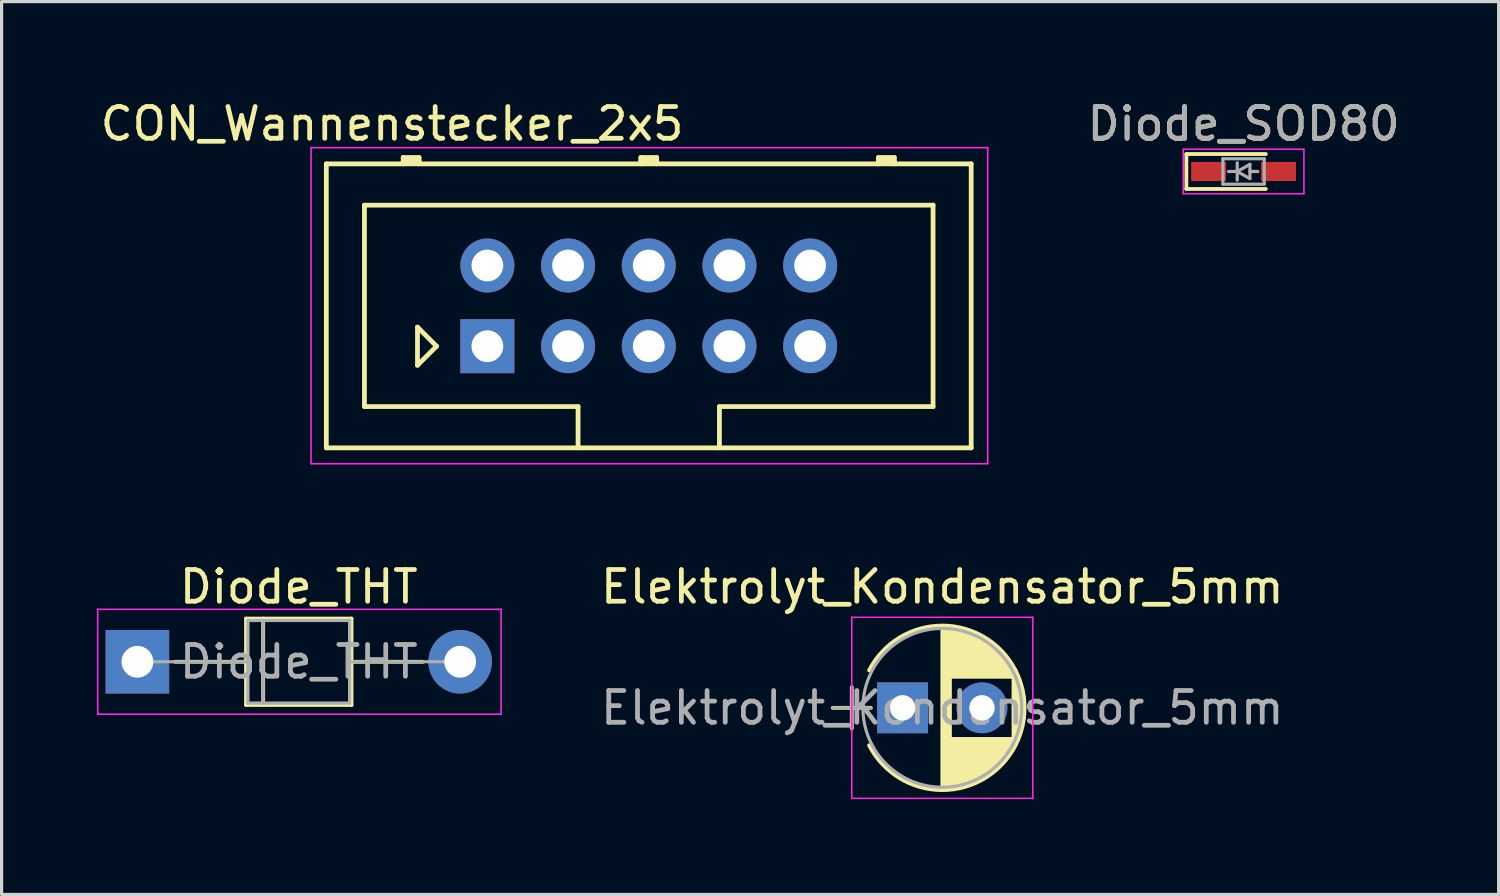
<source format=kicad_pcb>
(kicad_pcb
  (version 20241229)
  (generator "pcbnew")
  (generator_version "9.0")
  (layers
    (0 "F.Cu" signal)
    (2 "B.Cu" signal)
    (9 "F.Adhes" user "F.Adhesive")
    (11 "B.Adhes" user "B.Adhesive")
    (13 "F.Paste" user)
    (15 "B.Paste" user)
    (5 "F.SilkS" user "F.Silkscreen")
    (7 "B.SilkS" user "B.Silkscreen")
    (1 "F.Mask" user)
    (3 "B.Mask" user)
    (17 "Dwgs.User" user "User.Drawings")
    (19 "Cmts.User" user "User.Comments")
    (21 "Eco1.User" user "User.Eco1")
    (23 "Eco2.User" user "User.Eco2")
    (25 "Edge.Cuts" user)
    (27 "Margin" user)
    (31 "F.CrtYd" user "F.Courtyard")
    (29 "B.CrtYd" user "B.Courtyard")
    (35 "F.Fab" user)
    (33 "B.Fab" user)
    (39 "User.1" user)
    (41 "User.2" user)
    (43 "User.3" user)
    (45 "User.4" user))
  (footprint "Diode_SOD80"
    (layer "F.Cu")
    (at 36.096 2.348)
    (property "Reference" "Diode_SOD80" (at 0 -1.5 0) (layer "F.SilkS") (effects (font (size 1 1) (thickness 0.15))))
    (attr smd)
    (fp_line (start -1.8 -0.55) (end -1.8 0.55) (stroke (width 0.12) (type solid)) (layer "F.SilkS"))
    (fp_line (start -1.8 -0.55) (end 0.7 -0.55) (stroke (width 0.12) (type solid)) (layer "F.SilkS"))
    (fp_line (start -1.8 0.55) (end 0.7 0.55) (stroke (width 0.12) (type solid)) (layer "F.SilkS"))
    (fp_line (start -1.9 0.7) (end -1.9 -0.7) (stroke (width 0.05) (type solid)) (layer "F.CrtYd"))
    (fp_line (start -1.9 0.7) (end 1.9 0.7) (stroke (width 0.05) (type solid)) (layer "F.CrtYd"))
    (fp_line (start 1.9 -0.7) (end -1.9 -0.7) (stroke (width 0.05) (type solid)) (layer "F.CrtYd"))
    (fp_line (start 1.9 -0.7) (end 1.9 0.7) (stroke (width 0.05) (type solid)) (layer "F.CrtYd"))
    (fp_line (start -0.65 -0.4) (end 0.65 -0.4) (stroke (width 0.1) (type solid)) (layer "F.Fab"))
    (fp_line (start -0.65 0.4) (end -0.65 -0.4) (stroke (width 0.1) (type solid)) (layer "F.Fab"))
    (fp_line (start -0.2 -0.275) (end -0.2 0.275) (stroke (width 0.1) (type solid)) (layer "F.Fab"))
    (fp_line (start -0.2 0) (end -0.475 0) (stroke (width 0.1) (type solid)) (layer "F.Fab"))
    (fp_line (start -0.2 0) (end 0.2 -0.225) (stroke (width 0.1) (type solid)) (layer "F.Fab"))
    (fp_line (start 0.2 -0.225) (end 0.2 0.225) (stroke (width 0.1) (type solid)) (layer "F.Fab"))
    (fp_line (start 0.2 0) (end 0.45 0) (stroke (width 0.1) (type solid)) (layer "F.Fab"))
    (fp_line (start 0.2 0.225) (end -0.2 0) (stroke (width 0.1) (type solid)) (layer "F.Fab"))
    (fp_line (start 0.65 -0.4) (end 0.65 0.4) (stroke (width 0.1) (type solid)) (layer "F.Fab"))
    (fp_line (start 0.65 0.4) (end -0.65 0.4) (stroke (width 0.1) (type solid)) (layer "F.Fab"))
    (fp_text user "${REFERENCE}" (at 0 -1.5 0) (layer "F.Fab") (effects (font (size 1 1) (thickness 0.15))))
    (pad "1" smd rect (at -1.1 0) (size 1.1 0.6) (layers "F.Cu" "F.Mask" "F.Paste"))
    (pad "2" smd rect (at 1.1 0) (size 1.1 0.6) (layers "F.Cu" "F.Mask" "F.Paste")))
  (footprint "Diode_THT"
    (layer "F.Cu")
    (at 1.275 17.782)
    (property "Reference" "Diode_THT" (at 5.08 -2.36 0) (layer "F.SilkS") (effects (font (size 1 1) (thickness 0.15))))
    (attr through_hole)
    (fp_line (start 1.18 0) (end 3.42 0) (stroke (width 0.12) (type solid)) (layer "F.SilkS"))
    (fp_line (start 3.42 -1.36) (end 3.42 1.36) (stroke (width 0.12) (type solid)) (layer "F.SilkS"))
    (fp_line (start 3.42 1.36) (end 6.74 1.36) (stroke (width 0.12) (type solid)) (layer "F.SilkS"))
    (fp_line (start 3.96 -1.36) (end 3.96 1.36) (stroke (width 0.12) (type solid)) (layer "F.SilkS"))
    (fp_line (start 6.74 -1.36) (end 3.42 -1.36) (stroke (width 0.12) (type solid)) (layer "F.SilkS"))
    (fp_line (start 6.74 1.36) (end 6.74 -1.36) (stroke (width 0.12) (type solid)) (layer "F.SilkS"))
    (fp_line (start 8.98 0) (end 6.74 0) (stroke (width 0.12) (type solid)) (layer "F.SilkS"))
    (fp_line (start -1.25 -1.65) (end -1.25 1.65) (stroke (width 0.05) (type solid)) (layer "F.CrtYd"))
    (fp_line (start -1.25 1.65) (end 11.45 1.65) (stroke (width 0.05) (type solid)) (layer "F.CrtYd"))
    (fp_line (start 11.45 -1.65) (end -1.25 -1.65) (stroke (width 0.05) (type solid)) (layer "F.CrtYd"))
    (fp_line (start 11.45 1.65) (end 11.45 -1.65) (stroke (width 0.05) (type solid)) (layer "F.CrtYd"))
    (fp_line (start 0 0) (end 3.48 0) (stroke (width 0.1) (type solid)) (layer "F.Fab"))
    (fp_line (start 3.48 -1.3) (end 3.48 1.3) (stroke (width 0.1) (type solid)) (layer "F.Fab"))
    (fp_line (start 3.48 1.3) (end 6.68 1.3) (stroke (width 0.1) (type solid)) (layer "F.Fab"))
    (fp_line (start 3.96 -1.3) (end 3.96 1.3) (stroke (width 0.1) (type solid)) (layer "F.Fab"))
    (fp_line (start 6.68 -1.3) (end 3.48 -1.3) (stroke (width 0.1) (type solid)) (layer "F.Fab"))
    (fp_line (start 6.68 1.3) (end 6.68 -1.3) (stroke (width 0.1) (type solid)) (layer "F.Fab"))
    (fp_line (start 10.16 0) (end 6.68 0) (stroke (width 0.1) (type solid)) (layer "F.Fab"))
    (fp_text user "${REFERENCE}" (at 5.08 0 0) (layer "F.Fab") (effects (font (size 1 1) (thickness 0.15))))
    (pad "1" thru_hole rect (at 0 0) (size 2 2) (drill 1) (layers "*.Cu" "*.Mask"))
    (pad "2" thru_hole oval (at 10.16 0) (size 2 2) (drill 1) (layers "*.Cu" "*.Mask")))
  (footprint "CON_Wannenstecker_2x5"
    (layer "F.Cu")
    (at 12.292 7.848)
    (property "Reference" "CON_Wannenstecker_2x5" (at -3 -7 0) (layer "F.SilkS") (effects (font (size 1 1) (thickness 0.15))))
    (attr through_hole)
    (fp_line (start -5.07 -5.74) (end 15.23 -5.74) (stroke (width 0.15) (type solid)) (layer "F.SilkS"))
    (fp_line (start -5.07 3.2) (end -5.07 -5.74) (stroke (width 0.15) (type solid)) (layer "F.SilkS"))
    (fp_line (start -3.87 -4.44) (end 14.03 -4.44) (stroke (width 0.15) (type solid)) (layer "F.SilkS"))
    (fp_line (start -3.87 1.9) (end -3.87 -4.44) (stroke (width 0.15) (type solid)) (layer "F.SilkS"))
    (fp_line (start -2.65 -5.94) (end -2.15 -5.94) (stroke (width 0.15) (type solid)) (layer "F.SilkS"))
    (fp_line (start -2.65 -5.84) (end -2.15 -5.84) (stroke (width 0.15) (type solid)) (layer "F.SilkS"))
    (fp_line (start -2.65 -5.74) (end -2.65 -5.94) (stroke (width 0.15) (type solid)) (layer "F.SilkS"))
    (fp_line (start -2.2 -0.6) (end -1.6 0) (stroke (width 0.15) (type solid)) (layer "F.SilkS"))
    (fp_line (start -2.2 0.6) (end -2.2 -0.6) (stroke (width 0.15) (type solid)) (layer "F.SilkS"))
    (fp_line (start -2.15 -5.94) (end -2.15 -5.74) (stroke (width 0.15) (type solid)) (layer "F.SilkS"))
    (fp_line (start -1.6 0) (end -2.2 0.6) (stroke (width 0.15) (type solid)) (layer "F.SilkS"))
    (fp_line (start 2.855 1.9) (end -3.87 1.9) (stroke (width 0.15) (type solid)) (layer "F.SilkS"))
    (fp_line (start 2.855 3.2) (end 2.855 1.9) (stroke (width 0.15) (type solid)) (layer "F.SilkS"))
    (fp_line (start 4.83 -5.94) (end 5.33 -5.94) (stroke (width 0.15) (type solid)) (layer "F.SilkS"))
    (fp_line (start 4.83 -5.84) (end 5.33 -5.84) (stroke (width 0.15) (type solid)) (layer "F.SilkS"))
    (fp_line (start 4.83 -5.74) (end 4.83 -5.94) (stroke (width 0.15) (type solid)) (layer "F.SilkS"))
    (fp_line (start 5.33 -5.94) (end 5.33 -5.74) (stroke (width 0.15) (type solid)) (layer "F.SilkS"))
    (fp_line (start 7.305 1.9) (end 7.305 3.2) (stroke (width 0.15) (type solid)) (layer "F.SilkS"))
    (fp_line (start 12.31 -5.94) (end 12.81 -5.94) (stroke (width 0.15) (type solid)) (layer "F.SilkS"))
    (fp_line (start 12.31 -5.84) (end 12.81 -5.84) (stroke (width 0.15) (type solid)) (layer "F.SilkS"))
    (fp_line (start 12.31 -5.74) (end 12.31 -5.94) (stroke (width 0.15) (type solid)) (layer "F.SilkS"))
    (fp_line (start 12.81 -5.94) (end 12.81 -5.74) (stroke (width 0.15) (type solid)) (layer "F.SilkS"))
    (fp_line (start 14.03 -4.44) (end 14.03 1.9) (stroke (width 0.15) (type solid)) (layer "F.SilkS"))
    (fp_line (start 14.03 1.9) (end 7.305 1.9) (stroke (width 0.15) (type solid)) (layer "F.SilkS"))
    (fp_line (start 15.23 -5.74) (end 15.23 3.2) (stroke (width 0.15) (type solid)) (layer "F.SilkS"))
    (fp_line (start 15.23 3.2) (end -5.07 3.2) (stroke (width 0.15) (type solid)) (layer "F.SilkS"))
    (fp_line (start -5.55 -6.25) (end 15.75 -6.25) (stroke (width 0.05) (type solid)) (layer "F.CrtYd"))
    (fp_line (start -5.55 3.7) (end -5.55 -6.25) (stroke (width 0.05) (type solid)) (layer "F.CrtYd"))
    (fp_line (start 15.75 -6.25) (end 15.75 3.7) (stroke (width 0.05) (type solid)) (layer "F.CrtYd"))
    (fp_line (start 15.75 3.7) (end -5.55 3.7) (stroke (width 0.05) (type solid)) (layer "F.CrtYd"))
    (pad "1" thru_hole rect (at 0 0) (size 1.7 1.7) (drill 1) (layers "*.Cu" "*.Mask"))
    (pad "2" thru_hole circle (at 0 -2.54) (size 1.7 1.7) (drill 1) (layers "*.Cu" "*.Mask"))
    (pad "3" thru_hole circle (at 2.54 0) (size 1.7 1.7) (drill 1) (layers "*.Cu" "*.Mask"))
    (pad "4" thru_hole circle (at 2.54 -2.54) (size 1.7 1.7) (drill 1) (layers "*.Cu" "*.Mask"))
    (pad "5" thru_hole circle (at 5.08 0) (size 1.7 1.7) (drill 1) (layers "*.Cu" "*.Mask"))
    (pad "6" thru_hole circle (at 5.08 -2.54) (size 1.7 1.7) (drill 1) (layers "*.Cu" "*.Mask"))
    (pad "7" thru_hole circle (at 7.62 0) (size 1.7 1.7) (drill 1) (layers "*.Cu" "*.Mask"))
    (pad "8" thru_hole circle (at 7.62 -2.54) (size 1.7 1.7) (drill 1) (layers "*.Cu" "*.Mask"))
    (pad "9" thru_hole circle (at 10.16 0) (size 1.7 1.7) (drill 1) (layers "*.Cu" "*.Mask"))
    (pad "10" thru_hole circle (at 10.16 -2.54) (size 1.7 1.7) (drill 1) (layers "*.Cu" "*.Mask")))
  (footprint "Elektrolyt_Kondensator_5mm"
    (layer "F.Cu")
    (at 25.363 19.232)
    (property "Reference" "Elektrolyt_Kondensator_5mm" (at 1.25 -3.81 0) (layer "F.SilkS") (effects (font (size 1 1) (thickness 0.15))))
    (attr through_hole)
    (fp_line (start -2.2 0) (end -1 0) (stroke (width 0.12) (type solid)) (layer "F.SilkS"))
    (fp_line (start -1.6 -0.65) (end -1.6 0.65) (stroke (width 0.12) (type solid)) (layer "F.SilkS"))
    (fp_line (start 1.25 -2.55) (end 1.25 2.55) (stroke (width 0.12) (type solid)) (layer "F.SilkS"))
    (fp_line (start 1.29 -2.55) (end 1.29 2.55) (stroke (width 0.12) (type solid)) (layer "F.SilkS"))
    (fp_line (start 1.33 -2.549) (end 1.33 2.549) (stroke (width 0.12) (type solid)) (layer "F.SilkS"))
    (fp_line (start 1.37 -2.548) (end 1.37 2.548) (stroke (width 0.12) (type solid)) (layer "F.SilkS"))
    (fp_line (start 1.41 -2.546) (end 1.41 2.546) (stroke (width 0.12) (type solid)) (layer "F.SilkS"))
    (fp_line (start 1.45 -2.543) (end 1.45 2.543) (stroke (width 0.12) (type solid)) (layer "F.SilkS"))
    (fp_line (start 1.49 -2.539) (end 1.49 2.539) (stroke (width 0.12) (type solid)) (layer "F.SilkS"))
    (fp_line (start 1.53 -2.535) (end 1.53 -0.98) (stroke (width 0.12) (type solid)) (layer "F.SilkS"))
    (fp_line (start 1.53 0.98) (end 1.53 2.535) (stroke (width 0.12) (type solid)) (layer "F.SilkS"))
    (fp_line (start 1.57 -2.531) (end 1.57 -0.98) (stroke (width 0.12) (type solid)) (layer "F.SilkS"))
    (fp_line (start 1.57 0.98) (end 1.57 2.531) (stroke (width 0.12) (type solid)) (layer "F.SilkS"))
    (fp_line (start 1.61 -2.525) (end 1.61 -0.98) (stroke (width 0.12) (type solid)) (layer "F.SilkS"))
    (fp_line (start 1.61 0.98) (end 1.61 2.525) (stroke (width 0.12) (type solid)) (layer "F.SilkS"))
    (fp_line (start 1.65 -2.519) (end 1.65 -0.98) (stroke (width 0.12) (type solid)) (layer "F.SilkS"))
    (fp_line (start 1.65 0.98) (end 1.65 2.519) (stroke (width 0.12) (type solid)) (layer "F.SilkS"))
    (fp_line (start 1.69 -2.513) (end 1.69 -0.98) (stroke (width 0.12) (type solid)) (layer "F.SilkS"))
    (fp_line (start 1.69 0.98) (end 1.69 2.513) (stroke (width 0.12) (type solid)) (layer "F.SilkS"))
    (fp_line (start 1.73 -2.506) (end 1.73 -0.98) (stroke (width 0.12) (type solid)) (layer "F.SilkS"))
    (fp_line (start 1.73 0.98) (end 1.73 2.506) (stroke (width 0.12) (type solid)) (layer "F.SilkS"))
    (fp_line (start 1.77 -2.498) (end 1.77 -0.98) (stroke (width 0.12) (type solid)) (layer "F.SilkS"))
    (fp_line (start 1.77 0.98) (end 1.77 2.498) (stroke (width 0.12) (type solid)) (layer "F.SilkS"))
    (fp_line (start 1.81 -2.489) (end 1.81 -0.98) (stroke (width 0.12) (type solid)) (layer "F.SilkS"))
    (fp_line (start 1.81 0.98) (end 1.81 2.489) (stroke (width 0.12) (type solid)) (layer "F.SilkS"))
    (fp_line (start 1.85 -2.48) (end 1.85 -0.98) (stroke (width 0.12) (type solid)) (layer "F.SilkS"))
    (fp_line (start 1.85 0.98) (end 1.85 2.48) (stroke (width 0.12) (type solid)) (layer "F.SilkS"))
    (fp_line (start 1.89 -2.47) (end 1.89 -0.98) (stroke (width 0.12) (type solid)) (layer "F.SilkS"))
    (fp_line (start 1.89 0.98) (end 1.89 2.47) (stroke (width 0.12) (type solid)) (layer "F.SilkS"))
    (fp_line (start 1.93 -2.46) (end 1.93 -0.98) (stroke (width 0.12) (type solid)) (layer "F.SilkS"))
    (fp_line (start 1.93 0.98) (end 1.93 2.46) (stroke (width 0.12) (type solid)) (layer "F.SilkS"))
    (fp_line (start 1.971 -2.448) (end 1.971 -0.98) (stroke (width 0.12) (type solid)) (layer "F.SilkS"))
    (fp_line (start 1.971 0.98) (end 1.971 2.448) (stroke (width 0.12) (type solid)) (layer "F.SilkS"))
    (fp_line (start 2.011 -2.436) (end 2.011 -0.98) (stroke (width 0.12) (type solid)) (layer "F.SilkS"))
    (fp_line (start 2.011 0.98) (end 2.011 2.436) (stroke (width 0.12) (type solid)) (layer "F.SilkS"))
    (fp_line (start 2.051 -2.424) (end 2.051 -0.98) (stroke (width 0.12) (type solid)) (layer "F.SilkS"))
    (fp_line (start 2.051 0.98) (end 2.051 2.424) (stroke (width 0.12) (type solid)) (layer "F.SilkS"))
    (fp_line (start 2.091 -2.41) (end 2.091 -0.98) (stroke (width 0.12) (type solid)) (layer "F.SilkS"))
    (fp_line (start 2.091 0.98) (end 2.091 2.41) (stroke (width 0.12) (type solid)) (layer "F.SilkS"))
    (fp_line (start 2.131 -2.396) (end 2.131 -0.98) (stroke (width 0.12) (type solid)) (layer "F.SilkS"))
    (fp_line (start 2.131 0.98) (end 2.131 2.396) (stroke (width 0.12) (type solid)) (layer "F.SilkS"))
    (fp_line (start 2.171 -2.382) (end 2.171 -0.98) (stroke (width 0.12) (type solid)) (layer "F.SilkS"))
    (fp_line (start 2.171 0.98) (end 2.171 2.382) (stroke (width 0.12) (type solid)) (layer "F.SilkS"))
    (fp_line (start 2.211 -2.366) (end 2.211 -0.98) (stroke (width 0.12) (type solid)) (layer "F.SilkS"))
    (fp_line (start 2.211 0.98) (end 2.211 2.366) (stroke (width 0.12) (type solid)) (layer "F.SilkS"))
    (fp_line (start 2.251 -2.35) (end 2.251 -0.98) (stroke (width 0.12) (type solid)) (layer "F.SilkS"))
    (fp_line (start 2.251 0.98) (end 2.251 2.35) (stroke (width 0.12) (type solid)) (layer "F.SilkS"))
    (fp_line (start 2.291 -2.333) (end 2.291 -0.98) (stroke (width 0.12) (type solid)) (layer "F.SilkS"))
    (fp_line (start 2.291 0.98) (end 2.291 2.333) (stroke (width 0.12) (type solid)) (layer "F.SilkS"))
    (fp_line (start 2.331 -2.315) (end 2.331 -0.98) (stroke (width 0.12) (type solid)) (layer "F.SilkS"))
    (fp_line (start 2.331 0.98) (end 2.331 2.315) (stroke (width 0.12) (type solid)) (layer "F.SilkS"))
    (fp_line (start 2.371 -2.296) (end 2.371 -0.98) (stroke (width 0.12) (type solid)) (layer "F.SilkS"))
    (fp_line (start 2.371 0.98) (end 2.371 2.296) (stroke (width 0.12) (type solid)) (layer "F.SilkS"))
    (fp_line (start 2.411 -2.276) (end 2.411 -0.98) (stroke (width 0.12) (type solid)) (layer "F.SilkS"))
    (fp_line (start 2.411 0.98) (end 2.411 2.276) (stroke (width 0.12) (type solid)) (layer "F.SilkS"))
    (fp_line (start 2.451 -2.256) (end 2.451 -0.98) (stroke (width 0.12) (type solid)) (layer "F.SilkS"))
    (fp_line (start 2.451 0.98) (end 2.451 2.256) (stroke (width 0.12) (type solid)) (layer "F.SilkS"))
    (fp_line (start 2.491 -2.234) (end 2.491 -0.98) (stroke (width 0.12) (type solid)) (layer "F.SilkS"))
    (fp_line (start 2.491 0.98) (end 2.491 2.234) (stroke (width 0.12) (type solid)) (layer "F.SilkS"))
    (fp_line (start 2.531 -2.212) (end 2.531 -0.98) (stroke (width 0.12) (type solid)) (layer "F.SilkS"))
    (fp_line (start 2.531 0.98) (end 2.531 2.212) (stroke (width 0.12) (type solid)) (layer "F.SilkS"))
    (fp_line (start 2.571 -2.189) (end 2.571 -0.98) (stroke (width 0.12) (type solid)) (layer "F.SilkS"))
    (fp_line (start 2.571 0.98) (end 2.571 2.189) (stroke (width 0.12) (type solid)) (layer "F.SilkS"))
    (fp_line (start 2.611 -2.165) (end 2.611 -0.98) (stroke (width 0.12) (type solid)) (layer "F.SilkS"))
    (fp_line (start 2.611 0.98) (end 2.611 2.165) (stroke (width 0.12) (type solid)) (layer "F.SilkS"))
    (fp_line (start 2.651 -2.14) (end 2.651 -0.98) (stroke (width 0.12) (type solid)) (layer "F.SilkS"))
    (fp_line (start 2.651 0.98) (end 2.651 2.14) (stroke (width 0.12) (type solid)) (layer "F.SilkS"))
    (fp_line (start 2.691 -2.113) (end 2.691 -0.98) (stroke (width 0.12) (type solid)) (layer "F.SilkS"))
    (fp_line (start 2.691 0.98) (end 2.691 2.113) (stroke (width 0.12) (type solid)) (layer "F.SilkS"))
    (fp_line (start 2.731 -2.086) (end 2.731 -0.98) (stroke (width 0.12) (type solid)) (layer "F.SilkS"))
    (fp_line (start 2.731 0.98) (end 2.731 2.086) (stroke (width 0.12) (type solid)) (layer "F.SilkS"))
    (fp_line (start 2.771 -2.058) (end 2.771 -0.98) (stroke (width 0.12) (type solid)) (layer "F.SilkS"))
    (fp_line (start 2.771 0.98) (end 2.771 2.058) (stroke (width 0.12) (type solid)) (layer "F.SilkS"))
    (fp_line (start 2.811 -2.028) (end 2.811 -0.98) (stroke (width 0.12) (type solid)) (layer "F.SilkS"))
    (fp_line (start 2.811 0.98) (end 2.811 2.028) (stroke (width 0.12) (type solid)) (layer "F.SilkS"))
    (fp_line (start 2.851 -1.997) (end 2.851 -0.98) (stroke (width 0.12) (type solid)) (layer "F.SilkS"))
    (fp_line (start 2.851 0.98) (end 2.851 1.997) (stroke (width 0.12) (type solid)) (layer "F.SilkS"))
    (fp_line (start 2.891 -1.965) (end 2.891 -0.98) (stroke (width 0.12) (type solid)) (layer "F.SilkS"))
    (fp_line (start 2.891 0.98) (end 2.891 1.965) (stroke (width 0.12) (type solid)) (layer "F.SilkS"))
    (fp_line (start 2.931 -1.932) (end 2.931 -0.98) (stroke (width 0.12) (type solid)) (layer "F.SilkS"))
    (fp_line (start 2.931 0.98) (end 2.931 1.932) (stroke (width 0.12) (type solid)) (layer "F.SilkS"))
    (fp_line (start 2.971 -1.897) (end 2.971 -0.98) (stroke (width 0.12) (type solid)) (layer "F.SilkS"))
    (fp_line (start 2.971 0.98) (end 2.971 1.897) (stroke (width 0.12) (type solid)) (layer "F.SilkS"))
    (fp_line (start 3.011 -1.861) (end 3.011 -0.98) (stroke (width 0.12) (type solid)) (layer "F.SilkS"))
    (fp_line (start 3.011 0.98) (end 3.011 1.861) (stroke (width 0.12) (type solid)) (layer "F.SilkS"))
    (fp_line (start 3.051 -1.823) (end 3.051 -0.98) (stroke (width 0.12) (type solid)) (layer "F.SilkS"))
    (fp_line (start 3.051 0.98) (end 3.051 1.823) (stroke (width 0.12) (type solid)) (layer "F.SilkS"))
    (fp_line (start 3.091 -1.783) (end 3.091 -0.98) (stroke (width 0.12) (type solid)) (layer "F.SilkS"))
    (fp_line (start 3.091 0.98) (end 3.091 1.783) (stroke (width 0.12) (type solid)) (layer "F.SilkS"))
    (fp_line (start 3.131 -1.742) (end 3.131 -0.98) (stroke (width 0.12) (type solid)) (layer "F.SilkS"))
    (fp_line (start 3.131 0.98) (end 3.131 1.742) (stroke (width 0.12) (type solid)) (layer "F.SilkS"))
    (fp_line (start 3.171 -1.699) (end 3.171 -0.98) (stroke (width 0.12) (type solid)) (layer "F.SilkS"))
    (fp_line (start 3.171 0.98) (end 3.171 1.699) (stroke (width 0.12) (type solid)) (layer "F.SilkS"))
    (fp_line (start 3.211 -1.654) (end 3.211 -0.98) (stroke (width 0.12) (type solid)) (layer "F.SilkS"))
    (fp_line (start 3.211 0.98) (end 3.211 1.654) (stroke (width 0.12) (type solid)) (layer "F.SilkS"))
    (fp_line (start 3.251 -1.606) (end 3.251 -0.98) (stroke (width 0.12) (type solid)) (layer "F.SilkS"))
    (fp_line (start 3.251 0.98) (end 3.251 1.606) (stroke (width 0.12) (type solid)) (layer "F.SilkS"))
    (fp_line (start 3.291 -1.556) (end 3.291 -0.98) (stroke (width 0.12) (type solid)) (layer "F.SilkS"))
    (fp_line (start 3.291 0.98) (end 3.291 1.556) (stroke (width 0.12) (type solid)) (layer "F.SilkS"))
    (fp_line (start 3.331 -1.504) (end 3.331 -0.98) (stroke (width 0.12) (type solid)) (layer "F.SilkS"))
    (fp_line (start 3.331 0.98) (end 3.331 1.504) (stroke (width 0.12) (type solid)) (layer "F.SilkS"))
    (fp_line (start 3.371 -1.448) (end 3.371 -0.98) (stroke (width 0.12) (type solid)) (layer "F.SilkS"))
    (fp_line (start 3.371 0.98) (end 3.371 1.448) (stroke (width 0.12) (type solid)) (layer "F.SilkS"))
    (fp_line (start 3.411 -1.39) (end 3.411 -0.98) (stroke (width 0.12) (type solid)) (layer "F.SilkS"))
    (fp_line (start 3.411 0.98) (end 3.411 1.39) (stroke (width 0.12) (type solid)) (layer "F.SilkS"))
    (fp_line (start 3.451 -1.327) (end 3.451 -0.98) (stroke (width 0.12) (type solid)) (layer "F.SilkS"))
    (fp_line (start 3.451 0.98) (end 3.451 1.327) (stroke (width 0.12) (type solid)) (layer "F.SilkS"))
    (fp_line (start 3.491 -1.261) (end 3.491 1.261) (stroke (width 0.12) (type solid)) (layer "F.SilkS"))
    (fp_line (start 3.531 -1.189) (end 3.531 1.189) (stroke (width 0.12) (type solid)) (layer "F.SilkS"))
    (fp_line (start 3.571 -1.112) (end 3.571 1.112) (stroke (width 0.12) (type solid)) (layer "F.SilkS"))
    (fp_line (start 3.611 -1.028) (end 3.611 1.028) (stroke (width 0.12) (type solid)) (layer "F.SilkS"))
    (fp_line (start 3.651 -0.934) (end 3.651 0.934) (stroke (width 0.12) (type solid)) (layer "F.SilkS"))
    (fp_line (start 3.691 -0.829) (end 3.691 0.829) (stroke (width 0.12) (type solid)) (layer "F.SilkS"))
    (fp_line (start 3.731 -0.707) (end 3.731 0.707) (stroke (width 0.12) (type solid)) (layer "F.SilkS"))
    (fp_line (start 3.771 -0.559) (end 3.771 0.559) (stroke (width 0.12) (type solid)) (layer "F.SilkS"))
    (fp_line (start 3.811 -0.354) (end 3.811 0.354) (stroke (width 0.12) (type solid)) (layer "F.SilkS"))
    (fp_arc (start -1.05558 -1.18) (mid 1.250156 -2.59) (end 3.555722 -1.179722) (stroke (width 0.12) (type solid)) (layer "F.SilkS"))
    (fp_arc (start 3.55558 -1.18) (mid 3.84 -0.000156) (end 3.555722 1.179722) (stroke (width 0.12) (type solid)) (layer "F.SilkS"))
    (fp_arc (start 3.555722 1.179722) (mid 1.250156 2.59) (end -1.05558 1.18) (stroke (width 0.12) (type solid)) (layer "F.SilkS"))
    (fp_line (start -1.6 -2.85) (end -1.6 2.85) (stroke (width 0.05) (type solid)) (layer "F.CrtYd"))
    (fp_line (start -1.6 2.85) (end 4.1 2.85) (stroke (width 0.05) (type solid)) (layer "F.CrtYd"))
    (fp_line (start 4.1 -2.85) (end -1.6 -2.85) (stroke (width 0.05) (type solid)) (layer "F.CrtYd"))
    (fp_line (start 4.1 2.85) (end 4.1 -2.85) (stroke (width 0.05) (type solid)) (layer "F.CrtYd"))
    (fp_line (start -2.2 0) (end -1 0) (stroke (width 0.1) (type solid)) (layer "F.Fab"))
    (fp_line (start -1.6 -0.65) (end -1.6 0.65) (stroke (width 0.1) (type solid)) (layer "F.Fab"))
    (fp_circle (center 1.25 0) (end 3.75 0) (stroke (width 0.1) (type solid)) (fill no) (layer "F.Fab"))
    (fp_text user "${REFERENCE}" (at 1.25 0 0) (layer "F.Fab") (effects (font (size 1 1) (thickness 0.15))))
    (pad "1" thru_hole rect (at 0 0) (size 1.6 1.6) (drill 0.8) (layers "*.Cu" "*.Mask"))
    (pad "2" thru_hole circle (at 2.5 0) (size 1.6 1.6) (drill 0.8) (layers "*.Cu" "*.Mask")))
  (gr_rect
    (start -3 -3)
    (end 44.126 25.107)
    (stroke (width 0.1) (type default))
    (fill no)
    (layer "Edge.Cuts")))
</source>
